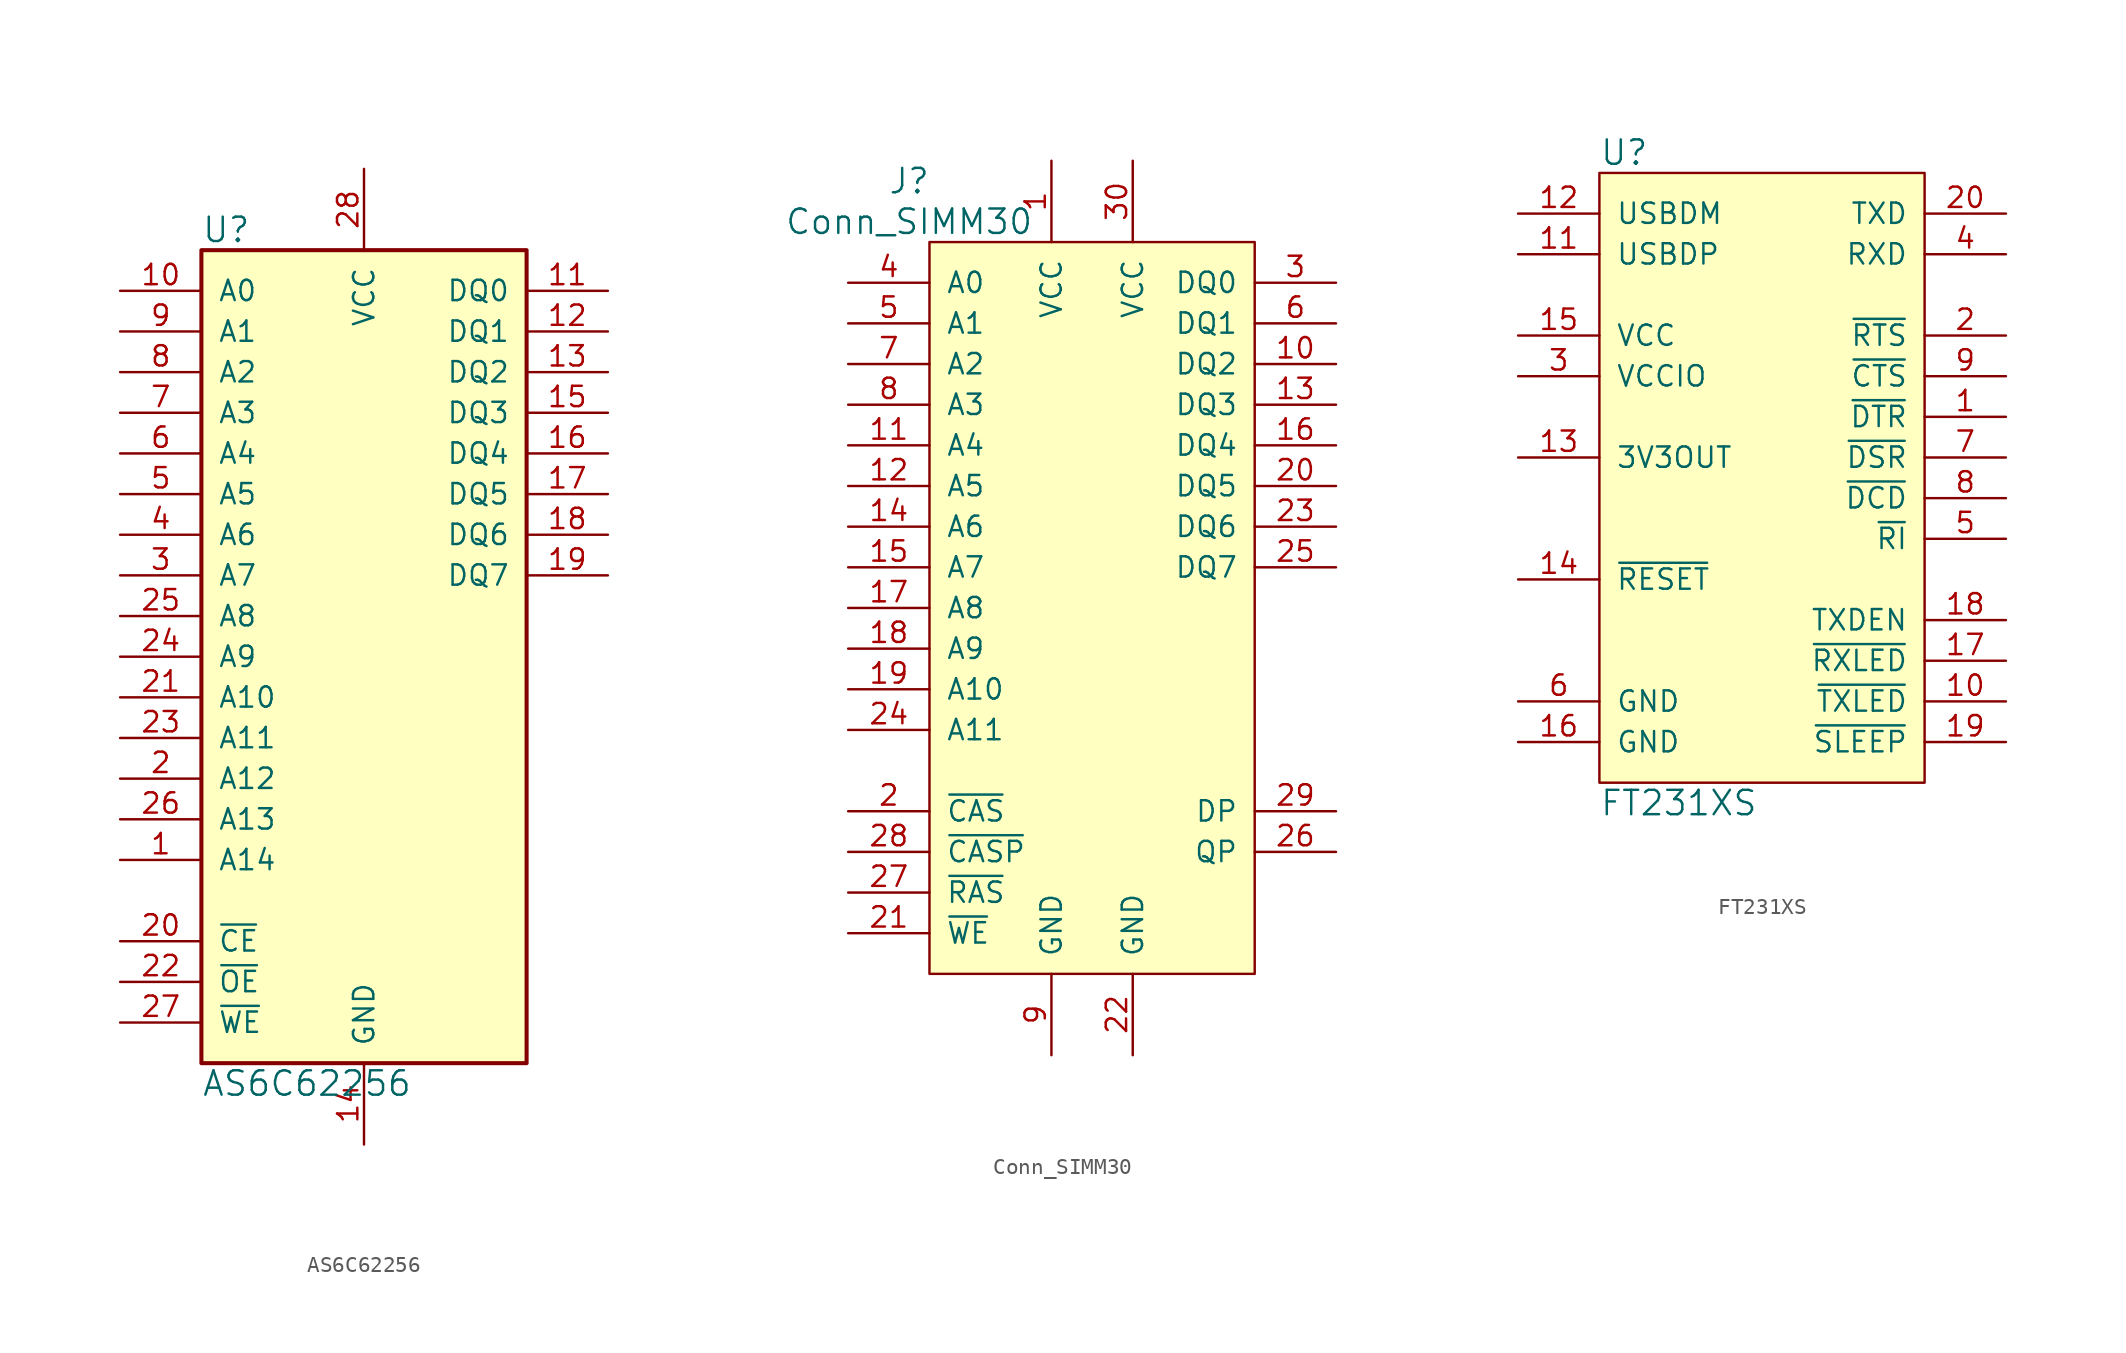
<source format=kicad_sym>
(kicad_symbol_lib
  (version 20211014)
  (generator kicad_symbol_editor)
  (symbol "AS6C62256"
    (pin_names
      (offset 1.016))
    (property "Reference" "U"
      (at -10.16 26.67 0)
      (effects (font (size 1.524 1.524)) (justify left)))
    (property "Value" "AS6C62256"
      (at -10.16 -26.67 0)
      (effects (font (size 1.524 1.524)) (justify left)))
    (property "Footprint" ""
      (at 0 -5.08 0)
      (effects (font (size 1.524 1.524))))
    (property "Datasheet" ""
      (at 0 -5.08 0)
      (effects (font (size 1.524 1.524))))
    (symbol "AS6C62256_0_1"
      (rectangle (start 10.16 -25.4) (end -10.16 25.4) (stroke (width 0.254) (type default) (color 0 0 0 0)) (fill (type background))))
    (symbol "AS6C62256_1_1"
      (pin input line (at -15.24 -12.7 0) (length 5.08) (name "A14" (effects (font (size 1.27 1.27)))) (number "1" (effects (font (size 1.27 1.27)))))
      (pin input line (at -15.24 22.86 0) (length 5.08) (name "A0" (effects (font (size 1.27 1.27)))) (number "10" (effects (font (size 1.27 1.27)))))
      (pin bidirectional line (at 15.24 22.86 180) (length 5.08) (name "DQ0" (effects (font (size 1.27 1.27)))) (number "11" (effects (font (size 1.27 1.27)))))
      (pin bidirectional line (at 15.24 20.32 180) (length 5.08) (name "DQ1" (effects (font (size 1.27 1.27)))) (number "12" (effects (font (size 1.27 1.27)))))
      (pin bidirectional line (at 15.24 17.78 180) (length 5.08) (name "DQ2" (effects (font (size 1.27 1.27)))) (number "13" (effects (font (size 1.27 1.27)))))
      (pin power_in line (at 0 -30.48 90) (length 5.08) (name "GND" (effects (font (size 1.27 1.27)))) (number "14" (effects (font (size 1.27 1.27)))))
      (pin bidirectional line (at 15.24 15.24 180) (length 5.08) (name "DQ3" (effects (font (size 1.27 1.27)))) (number "15" (effects (font (size 1.27 1.27)))))
      (pin bidirectional line (at 15.24 12.7 180) (length 5.08) (name "DQ4" (effects (font (size 1.27 1.27)))) (number "16" (effects (font (size 1.27 1.27)))))
      (pin bidirectional line (at 15.24 10.16 180) (length 5.08) (name "DQ5" (effects (font (size 1.27 1.27)))) (number "17" (effects (font (size 1.27 1.27)))))
      (pin bidirectional line (at 15.24 7.62 180) (length 5.08) (name "DQ6" (effects (font (size 1.27 1.27)))) (number "18" (effects (font (size 1.27 1.27)))))
      (pin bidirectional line (at 15.24 5.08 180) (length 5.08) (name "DQ7" (effects (font (size 1.27 1.27)))) (number "19" (effects (font (size 1.27 1.27)))))
      (pin input line (at -15.24 -7.62 0) (length 5.08) (name "A12" (effects (font (size 1.27 1.27)))) (number "2" (effects (font (size 1.27 1.27)))))
      (pin input line (at -15.24 -17.78 0) (length 5.08) (name "~{CE}" (effects (font (size 1.27 1.27)))) (number "20" (effects (font (size 1.27 1.27)))))
      (pin input line (at -15.24 -2.54 0) (length 5.08) (name "A10" (effects (font (size 1.27 1.27)))) (number "21" (effects (font (size 1.27 1.27)))))
      (pin input line (at -15.24 -20.32 0) (length 5.08) (name "~{OE}" (effects (font (size 1.27 1.27)))) (number "22" (effects (font (size 1.27 1.27)))))
      (pin input line (at -15.24 -5.08 0) (length 5.08) (name "A11" (effects (font (size 1.27 1.27)))) (number "23" (effects (font (size 1.27 1.27)))))
      (pin input line (at -15.24 0 0) (length 5.08) (name "A9" (effects (font (size 1.27 1.27)))) (number "24" (effects (font (size 1.27 1.27)))))
      (pin input line (at -15.24 2.54 0) (length 5.08) (name "A8" (effects (font (size 1.27 1.27)))) (number "25" (effects (font (size 1.27 1.27)))))
      (pin input line (at -15.24 -10.16 0) (length 5.08) (name "A13" (effects (font (size 1.27 1.27)))) (number "26" (effects (font (size 1.27 1.27)))))
      (pin input line (at -15.24 -22.86 0) (length 5.08) (name "~{WE}" (effects (font (size 1.27 1.27)))) (number "27" (effects (font (size 1.27 1.27)))))
      (pin power_in line (at 0 30.48 270) (length 5.08) (name "VCC" (effects (font (size 1.27 1.27)))) (number "28" (effects (font (size 1.27 1.27)))))
      (pin input line (at -15.24 5.08 0) (length 5.08) (name "A7" (effects (font (size 1.27 1.27)))) (number "3" (effects (font (size 1.27 1.27)))))
      (pin input line (at -15.24 7.62 0) (length 5.08) (name "A6" (effects (font (size 1.27 1.27)))) (number "4" (effects (font (size 1.27 1.27)))))
      (pin input line (at -15.24 10.16 0) (length 5.08) (name "A5" (effects (font (size 1.27 1.27)))) (number "5" (effects (font (size 1.27 1.27)))))
      (pin input line (at -15.24 12.7 0) (length 5.08) (name "A4" (effects (font (size 1.27 1.27)))) (number "6" (effects (font (size 1.27 1.27)))))
      (pin input line (at -15.24 15.24 0) (length 5.08) (name "A3" (effects (font (size 1.27 1.27)))) (number "7" (effects (font (size 1.27 1.27)))))
      (pin input line (at -15.24 17.78 0) (length 5.08) (name "A2" (effects (font (size 1.27 1.27)))) (number "8" (effects (font (size 1.27 1.27)))))
      (pin input line (at -15.24 20.32 0) (length 5.08) (name "A1" (effects (font (size 1.27 1.27)))) (number "9" (effects (font (size 1.27 1.27)))))))
  (symbol "Conn_SIMM30"
    (pin_names
      (offset 1.016))
    (property "Reference" "J"
      (at -11.43 26.67 0)
      (effects (font (size 1.524 1.524))))
    (property "Value" "Conn_SIMM30"
      (at -11.43 24.13 0)
      (effects (font (size 1.524 1.524))))
    (property "Footprint" ""
      (at 0 5.08 0)
      (effects (font (size 1.524 1.524))))
    (property "Datasheet" ""
      (at 0 5.08 0)
      (effects (font (size 1.524 1.524))))
    (symbol "Conn_SIMM30_0_1"
      (rectangle (start -10.16 22.86) (end 10.16 -22.86) (stroke (width 0) (type default) (color 0 0 0 0)) (fill (type background))))
    (symbol "Conn_SIMM30_1_1"
      (pin power_in line (at -2.54 27.94 270) (length 5.08) (name "VCC" (effects (font (size 1.27 1.27)))) (number "1" (effects (font (size 1.27 1.27)))))
      (pin tri_state line (at 15.24 15.24 180) (length 5.08) (name "DQ2" (effects (font (size 1.27 1.27)))) (number "10" (effects (font (size 1.27 1.27)))))
      (pin input line (at -15.24 10.16 0) (length 5.08) (name "A4" (effects (font (size 1.27 1.27)))) (number "11" (effects (font (size 1.27 1.27)))))
      (pin input line (at -15.24 7.62 0) (length 5.08) (name "A5" (effects (font (size 1.27 1.27)))) (number "12" (effects (font (size 1.27 1.27)))))
      (pin tri_state line (at 15.24 12.7 180) (length 5.08) (name "DQ3" (effects (font (size 1.27 1.27)))) (number "13" (effects (font (size 1.27 1.27)))))
      (pin input line (at -15.24 5.08 0) (length 5.08) (name "A6" (effects (font (size 1.27 1.27)))) (number "14" (effects (font (size 1.27 1.27)))))
      (pin input line (at -15.24 2.54 0) (length 5.08) (name "A7" (effects (font (size 1.27 1.27)))) (number "15" (effects (font (size 1.27 1.27)))))
      (pin tri_state line (at 15.24 10.16 180) (length 5.08) (name "DQ4" (effects (font (size 1.27 1.27)))) (number "16" (effects (font (size 1.27 1.27)))))
      (pin input line (at -15.24 0 0) (length 5.08) (name "A8" (effects (font (size 1.27 1.27)))) (number "17" (effects (font (size 1.27 1.27)))))
      (pin input line (at -15.24 -2.54 0) (length 5.08) (name "A9" (effects (font (size 1.27 1.27)))) (number "18" (effects (font (size 1.27 1.27)))))
      (pin input line (at -15.24 -5.08 0) (length 5.08) (name "A10" (effects (font (size 1.27 1.27)))) (number "19" (effects (font (size 1.27 1.27)))))
      (pin input line (at -15.24 -12.7 0) (length 5.08) (name "~{CAS}" (effects (font (size 1.27 1.27)))) (number "2" (effects (font (size 1.27 1.27)))))
      (pin tri_state line (at 15.24 7.62 180) (length 5.08) (name "DQ5" (effects (font (size 1.27 1.27)))) (number "20" (effects (font (size 1.27 1.27)))))
      (pin input line (at -15.24 -20.32 0) (length 5.08) (name "~{WE}" (effects (font (size 1.27 1.27)))) (number "21" (effects (font (size 1.27 1.27)))))
      (pin power_in line (at 2.54 -27.94 90) (length 5.08) (name "GND" (effects (font (size 1.27 1.27)))) (number "22" (effects (font (size 1.27 1.27)))))
      (pin tri_state line (at 15.24 5.08 180) (length 5.08) (name "DQ6" (effects (font (size 1.27 1.27)))) (number "23" (effects (font (size 1.27 1.27)))))
      (pin input line (at -15.24 -7.62 0) (length 5.08) (name "A11" (effects (font (size 1.27 1.27)))) (number "24" (effects (font (size 1.27 1.27)))))
      (pin tri_state line (at 15.24 2.54 180) (length 5.08) (name "DQ7" (effects (font (size 1.27 1.27)))) (number "25" (effects (font (size 1.27 1.27)))))
      (pin tri_state line (at 15.24 -15.24 180) (length 5.08) (name "QP" (effects (font (size 1.27 1.27)))) (number "26" (effects (font (size 1.27 1.27)))))
      (pin input line (at -15.24 -17.78 0) (length 5.08) (name "~{RAS}" (effects (font (size 1.27 1.27)))) (number "27" (effects (font (size 1.27 1.27)))))
      (pin input line (at -15.24 -15.24 0) (length 5.08) (name "~{CASP}" (effects (font (size 1.27 1.27)))) (number "28" (effects (font (size 1.27 1.27)))))
      (pin input line (at 15.24 -12.7 180) (length 5.08) (name "DP" (effects (font (size 1.27 1.27)))) (number "29" (effects (font (size 1.27 1.27)))))
      (pin tri_state line (at 15.24 20.32 180) (length 5.08) (name "DQ0" (effects (font (size 1.27 1.27)))) (number "3" (effects (font (size 1.27 1.27)))))
      (pin power_in line (at 2.54 27.94 270) (length 5.08) (name "VCC" (effects (font (size 1.27 1.27)))) (number "30" (effects (font (size 1.27 1.27)))))
      (pin input line (at -15.24 20.32 0) (length 5.08) (name "A0" (effects (font (size 1.27 1.27)))) (number "4" (effects (font (size 1.27 1.27)))))
      (pin input line (at -15.24 17.78 0) (length 5.08) (name "A1" (effects (font (size 1.27 1.27)))) (number "5" (effects (font (size 1.27 1.27)))))
      (pin tri_state line (at 15.24 17.78 180) (length 5.08) (name "DQ1" (effects (font (size 1.27 1.27)))) (number "6" (effects (font (size 1.27 1.27)))))
      (pin input line (at -15.24 15.24 0) (length 5.08) (name "A2" (effects (font (size 1.27 1.27)))) (number "7" (effects (font (size 1.27 1.27)))))
      (pin input line (at -15.24 12.7 0) (length 5.08) (name "A3" (effects (font (size 1.27 1.27)))) (number "8" (effects (font (size 1.27 1.27)))))
      (pin power_in line (at -2.54 -27.94 90) (length 5.08) (name "GND" (effects (font (size 1.27 1.27)))) (number "9" (effects (font (size 1.27 1.27)))))))
  (symbol "FT231XS"
    (pin_names
      (offset 1.016))
    (property "Reference" "U"
      (at -10.16 20.32 0)
      (effects (font (size 1.524 1.524)) (justify left)))
    (property "Value" "FT231XS"
      (at -10.16 -20.32 0)
      (effects (font (size 1.524 1.524)) (justify left)))
    (property "Footprint" ""
      (at 0 -1.27 0)
      (effects (font (size 1.524 1.524))))
    (property "Datasheet" ""
      (at 0 -1.27 0)
      (effects (font (size 1.524 1.524))))
    (symbol "FT231XS_0_1"
      (rectangle (start -10.16 19.05) (end 10.16 -19.05) (stroke (width 0) (type default) (color 0 0 0 0)) (fill (type background))))
    (symbol "FT231XS_1_1"
      (pin output line (at 15.24 3.81 180) (length 5.08) (name "~{DTR}" (effects (font (size 1.27 1.27)))) (number "1" (effects (font (size 1.27 1.27)))))
      (pin output line (at 15.24 -13.97 180) (length 5.08) (name "~{TXLED}" (effects (font (size 1.27 1.27)))) (number "10" (effects (font (size 1.27 1.27)))))
      (pin bidirectional line (at -15.24 13.97 0) (length 5.08) (name "USBDP" (effects (font (size 1.27 1.27)))) (number "11" (effects (font (size 1.27 1.27)))))
      (pin bidirectional line (at -15.24 16.51 0) (length 5.08) (name "USBDM" (effects (font (size 1.27 1.27)))) (number "12" (effects (font (size 1.27 1.27)))))
      (pin power_out line (at -15.24 1.27 0) (length 5.08) (name "3V3OUT" (effects (font (size 1.27 1.27)))) (number "13" (effects (font (size 1.27 1.27)))))
      (pin input line (at -15.24 -6.35 0) (length 5.08) (name "~{RESET}" (effects (font (size 1.27 1.27)))) (number "14" (effects (font (size 1.27 1.27)))))
      (pin power_in line (at -15.24 8.89 0) (length 5.08) (name "VCC" (effects (font (size 1.27 1.27)))) (number "15" (effects (font (size 1.27 1.27)))))
      (pin power_in line (at -15.24 -16.51 0) (length 5.08) (name "GND" (effects (font (size 1.27 1.27)))) (number "16" (effects (font (size 1.27 1.27)))))
      (pin output line (at 15.24 -11.43 180) (length 5.08) (name "~{RXLED}" (effects (font (size 1.27 1.27)))) (number "17" (effects (font (size 1.27 1.27)))))
      (pin output line (at 15.24 -8.89 180) (length 5.08) (name "TXDEN" (effects (font (size 1.27 1.27)))) (number "18" (effects (font (size 1.27 1.27)))))
      (pin output line (at 15.24 -16.51 180) (length 5.08) (name "~{SLEEP}" (effects (font (size 1.27 1.27)))) (number "19" (effects (font (size 1.27 1.27)))))
      (pin output line (at 15.24 8.89 180) (length 5.08) (name "~{RTS}" (effects (font (size 1.27 1.27)))) (number "2" (effects (font (size 1.27 1.27)))))
      (pin output line (at 15.24 16.51 180) (length 5.08) (name "TXD" (effects (font (size 1.27 1.27)))) (number "20" (effects (font (size 1.27 1.27)))))
      (pin power_in line (at -15.24 6.35 0) (length 5.08) (name "VCCIO" (effects (font (size 1.27 1.27)))) (number "3" (effects (font (size 1.27 1.27)))))
      (pin input line (at 15.24 13.97 180) (length 5.08) (name "RXD" (effects (font (size 1.27 1.27)))) (number "4" (effects (font (size 1.27 1.27)))))
      (pin input line (at 15.24 -3.81 180) (length 5.08) (name "~{RI}" (effects (font (size 1.27 1.27)))) (number "5" (effects (font (size 1.27 1.27)))))
      (pin power_in line (at -15.24 -13.97 0) (length 5.08) (name "GND" (effects (font (size 1.27 1.27)))) (number "6" (effects (font (size 1.27 1.27)))))
      (pin input line (at 15.24 1.27 180) (length 5.08) (name "~{DSR}" (effects (font (size 1.27 1.27)))) (number "7" (effects (font (size 1.27 1.27)))))
      (pin input line (at 15.24 -1.27 180) (length 5.08) (name "~{DCD}" (effects (font (size 1.27 1.27)))) (number "8" (effects (font (size 1.27 1.27)))))
      (pin input line (at 15.24 6.35 180) (length 5.08) (name "~{CTS}" (effects (font (size 1.27 1.27)))) (number "9" (effects (font (size 1.27 1.27))))))))
</source>
